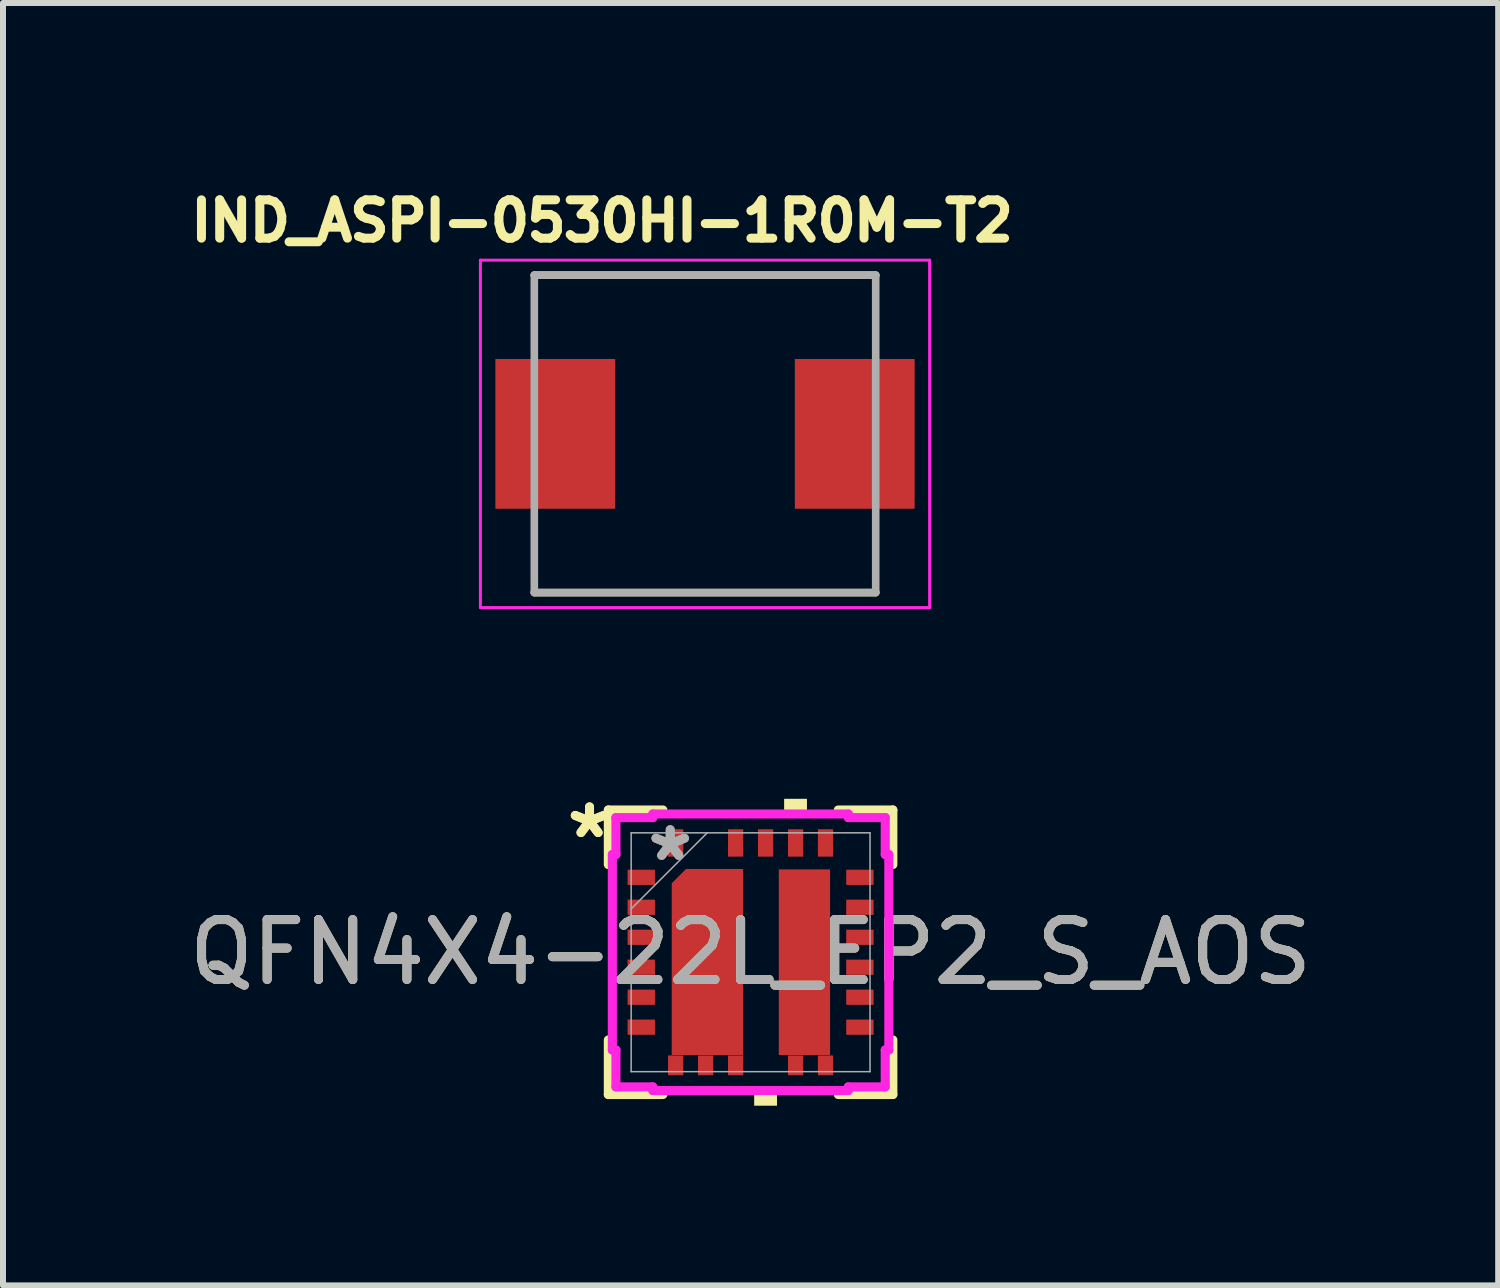
<source format=kicad_pcb>
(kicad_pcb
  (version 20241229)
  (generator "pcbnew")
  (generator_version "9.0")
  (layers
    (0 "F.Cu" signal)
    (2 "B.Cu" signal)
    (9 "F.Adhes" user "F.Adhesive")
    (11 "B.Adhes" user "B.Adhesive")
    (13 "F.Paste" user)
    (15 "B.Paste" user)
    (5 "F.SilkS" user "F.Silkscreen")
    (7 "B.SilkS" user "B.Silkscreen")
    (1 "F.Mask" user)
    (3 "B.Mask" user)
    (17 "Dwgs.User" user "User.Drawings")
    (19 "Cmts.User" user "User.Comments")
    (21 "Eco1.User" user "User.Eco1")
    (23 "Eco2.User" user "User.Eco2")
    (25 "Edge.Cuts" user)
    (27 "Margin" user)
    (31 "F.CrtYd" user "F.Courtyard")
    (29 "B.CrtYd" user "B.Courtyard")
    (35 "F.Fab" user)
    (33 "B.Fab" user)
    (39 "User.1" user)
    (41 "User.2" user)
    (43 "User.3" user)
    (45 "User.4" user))
  (footprint "IND_ASPI-0530HI-1R0M-T2"
    (layer "F.Cu")
    (at 8.721 4.194)
    (property "Reference" "IND_ASPI-0530HI-1R0M-T2" (at -1.718 -3.556 0) (layer "F.SilkS") (effects (font (size 0.64 0.64) (thickness 0.15))))
    (attr smd)
    (fp_line (start -2.85 -2.65) (end 2.85 -2.65) (stroke (width 0.127) (type solid)) (layer "F.SilkS"))
    (fp_line (start -2.85 2.65) (end 2.85 2.65) (stroke (width 0.127) (type solid)) (layer "F.SilkS"))
    (fp_line (start -3.75 -2.9) (end -3.75 2.9) (stroke (width 0.05) (type solid)) (layer "F.CrtYd"))
    (fp_line (start -3.75 2.9) (end 3.75 2.9) (stroke (width 0.05) (type solid)) (layer "F.CrtYd"))
    (fp_line (start 3.75 -2.9) (end -3.75 -2.9) (stroke (width 0.05) (type solid)) (layer "F.CrtYd"))
    (fp_line (start 3.75 2.9) (end 3.75 -2.9) (stroke (width 0.05) (type solid)) (layer "F.CrtYd"))
    (fp_line (start -2.85 -2.65) (end -2.85 2.65) (stroke (width 0.127) (type solid)) (layer "F.Fab"))
    (fp_line (start -2.85 -2.65) (end 2.85 -2.65) (stroke (width 0.127) (type solid)) (layer "F.Fab"))
    (fp_line (start -2.85 2.65) (end 2.85 2.65) (stroke (width 0.127) (type solid)) (layer "F.Fab"))
    (fp_line (start 2.85 -2.65) (end 2.85 2.65) (stroke (width 0.127) (type solid)) (layer "F.Fab"))
    (pad "1" smd rect (at -2.5 0) (size 2 2.5) (layers "F.Cu" "F.Mask" "F.Paste"))
    (pad "2" smd rect (at 2.5 0) (size 2 2.5) (layers "F.Cu" "F.Mask" "F.Paste")))
  (footprint "QFN4X4-22L_EP2_S_AOS"
    (layer "F.Cu")
    (at 9.482 12.849)
    (property "Reference" "QFN4X4-22L_EP2_S_AOS" (at 0 0 0) (unlocked yes) (layer "F.SilkS") (effects (font (size 1 1) (thickness 0.15))))
    (attr smd)
    (fp_poly (pts (xy 0.471 1.716) (xy 0.624 1.716) (xy 0.624 2.054) (xy 0.878 2.054) (xy 0.878 1.716) (xy 1.124 1.716) (xy 1.124 2.054) (xy 1.378 2.054) (xy 1.378 1.716) (xy 1.327 1.716) (xy 1.327 -1.383) (xy 0.471 -1.383)) (stroke (width 0) (type solid)) (fill yes) (layer "F.Mask"))
    (fp_poly (pts (xy -1.378 2.054) (xy -1.378 1.716) (xy -1.317 1.716) (xy -1.317 -1.079) (xy -1.079 -1.383) (xy -0.123 -1.383) (xy -0.123 2.054) (xy -0.377 2.054) (xy -0.377 1.716) (xy -0.624 1.716) (xy -0.624 2.054) (xy -0.878 2.054) (xy -0.878 1.716) (xy -1.124 1.716) (xy -1.124 2.054)) (stroke (width 0) (type solid)) (fill yes) (layer "F.Mask"))
    (fp_line (start -2.375 -2.375) (end -2.375 -1.464) (stroke (width 0.152) (type solid)) (layer "F.SilkS"))
    (fp_line (start -2.375 1.464) (end -2.375 2.375) (stroke (width 0.152) (type solid)) (layer "F.SilkS"))
    (fp_line (start -2.375 2.375) (end -1.464 2.375) (stroke (width 0.152) (type solid)) (layer "F.SilkS"))
    (fp_line (start -1.464 -2.375) (end -2.375 -2.375) (stroke (width 0.152) (type solid)) (layer "F.SilkS"))
    (fp_line (start 1.464 2.375) (end 2.375 2.375) (stroke (width 0.152) (type solid)) (layer "F.SilkS"))
    (fp_line (start 2.375 -2.375) (end 1.464 -2.375) (stroke (width 0.152) (type solid)) (layer "F.SilkS"))
    (fp_line (start 2.375 -1.464) (end 2.375 -2.375) (stroke (width 0.152) (type solid)) (layer "F.SilkS"))
    (fp_line (start 2.375 2.375) (end 2.375 1.464) (stroke (width 0.152) (type solid)) (layer "F.SilkS"))
    (fp_poly (pts (xy 0.06 2.308) (xy 0.06 2.562) (xy 0.441 2.562) (xy 0.441 2.308)) (stroke (width 0) (type solid)) (fill yes) (layer "F.SilkS"))
    (fp_poly (pts (xy 0.56 -2.308) (xy 0.56 -2.562) (xy 0.941 -2.562) (xy 0.941 -2.308)) (stroke (width 0) (type solid)) (fill yes) (layer "F.SilkS"))
    (fp_poly (pts (xy 0.471 1.716) (xy 0.624 1.716) (xy 0.624 2.054) (xy 0.878 2.054) (xy 0.878 1.716) (xy 1.124 1.716) (xy 1.124 2.054) (xy 1.378 2.054) (xy 1.378 1.716) (xy 1.327 1.716) (xy 1.327 -1.383) (xy 0.471 -1.383)) (stroke (width 0) (type solid)) (fill yes) (layer "F.Paste"))
    (fp_poly (pts (xy -1.378 2.054) (xy -1.378 1.716) (xy -1.317 1.716) (xy -1.317 -1.079) (xy -1.079 -1.383) (xy -0.123 -1.383) (xy -0.123 2.054) (xy -0.377 2.054) (xy -0.377 1.716) (xy -0.624 1.716) (xy -0.624 2.054) (xy -0.878 2.054) (xy -0.878 1.716) (xy -1.124 1.716) (xy -1.124 2.054)) (stroke (width 0) (type solid)) (fill yes) (layer "F.Paste"))
    (fp_line (start -2.308 -1.632) (end -2.248 -1.632) (stroke (width 0.152) (type solid)) (layer "F.CrtYd"))
    (fp_line (start -2.308 1.632) (end -2.308 -1.632) (stroke (width 0.152) (type solid)) (layer "F.CrtYd"))
    (fp_line (start -2.248 -2.248) (end -1.632 -2.248) (stroke (width 0.152) (type solid)) (layer "F.CrtYd"))
    (fp_line (start -2.248 -1.632) (end -2.248 -2.248) (stroke (width 0.152) (type solid)) (layer "F.CrtYd"))
    (fp_line (start -2.248 1.632) (end -2.308 1.632) (stroke (width 0.152) (type solid)) (layer "F.CrtYd"))
    (fp_line (start -2.248 2.248) (end -2.248 1.632) (stroke (width 0.152) (type solid)) (layer "F.CrtYd"))
    (fp_line (start -1.632 -2.308) (end 1.632 -2.308) (stroke (width 0.152) (type solid)) (layer "F.CrtYd"))
    (fp_line (start -1.632 -2.248) (end -1.632 -2.308) (stroke (width 0.152) (type solid)) (layer "F.CrtYd"))
    (fp_line (start -1.632 2.248) (end -2.248 2.248) (stroke (width 0.152) (type solid)) (layer "F.CrtYd"))
    (fp_line (start -1.632 2.308) (end -1.632 2.248) (stroke (width 0.152) (type solid)) (layer "F.CrtYd"))
    (fp_line (start 1.632 -2.308) (end 1.632 -2.248) (stroke (width 0.152) (type solid)) (layer "F.CrtYd"))
    (fp_line (start 1.632 -2.248) (end 2.248 -2.248) (stroke (width 0.152) (type solid)) (layer "F.CrtYd"))
    (fp_line (start 1.632 2.248) (end 1.632 2.308) (stroke (width 0.152) (type solid)) (layer "F.CrtYd"))
    (fp_line (start 1.632 2.308) (end -1.632 2.308) (stroke (width 0.152) (type solid)) (layer "F.CrtYd"))
    (fp_line (start 2.248 -2.248) (end 2.248 -1.632) (stroke (width 0.152) (type solid)) (layer "F.CrtYd"))
    (fp_line (start 2.248 -1.632) (end 2.308 -1.632) (stroke (width 0.152) (type solid)) (layer "F.CrtYd"))
    (fp_line (start 2.248 1.632) (end 2.248 2.248) (stroke (width 0.152) (type solid)) (layer "F.CrtYd"))
    (fp_line (start 2.248 2.248) (end 1.632 2.248) (stroke (width 0.152) (type solid)) (layer "F.CrtYd"))
    (fp_line (start 2.308 -1.632) (end 2.308 1.632) (stroke (width 0.152) (type solid)) (layer "F.CrtYd"))
    (fp_line (start 2.308 1.632) (end 2.248 1.632) (stroke (width 0.152) (type solid)) (layer "F.CrtYd"))
    (fp_line (start -1.994 -1.994) (end -1.994 1.994) (stroke (width 0.025) (type solid)) (layer "F.Fab"))
    (fp_line (start -1.994 -0.724) (end -0.724 -1.994) (stroke (width 0.025) (type solid)) (layer "F.Fab"))
    (fp_line (start -1.994 1.994) (end 1.994 1.994) (stroke (width 0.025) (type solid)) (layer "F.Fab"))
    (fp_line (start 1.994 -1.994) (end -1.994 -1.994) (stroke (width 0.025) (type solid)) (layer "F.Fab"))
    (fp_line (start 1.994 1.994) (end 1.994 -1.994) (stroke (width 0.025) (type solid)) (layer "F.Fab"))
    (fp_text user "*" (at -2.689 -1.882 0) (unlocked yes) (layer "F.SilkS") (effects (font (size 1 1) (thickness 0.15))))
    (fp_text user "*" (at -2.689 -1.882 0) (layer "F.SilkS") (effects (font (size 1 1) (thickness 0.15))))
    (fp_text user "${REFERENCE}" (at 0 0 0) (unlocked yes) (layer "F.Fab") (effects (font (size 1 1) (thickness 0.15))))
    (fp_text user "*" (at -1.342 -1.501 0) (unlocked yes) (layer "F.Fab") (effects (font (size 1 1) (thickness 0.15))))
    (fp_text user "*" (at -1.342 -1.501 0) (layer "F.Fab") (effects (font (size 1 1) (thickness 0.15))))
    (pad "1" smd rect (at -1.825 -1.251 90) (size 0.254 0.457) (layers "F.Cu" "F.Mask" "F.Paste"))
    (pad "2" smd rect (at -1.825 -0.751 90) (size 0.254 0.457) (layers "F.Cu" "F.Mask" "F.Paste"))
    (pad "3" smd rect (at -1.825 -0.25 90) (size 0.254 0.457) (layers "F.Cu" "F.Mask" "F.Paste"))
    (pad "4" smd rect (at -1.825 0.25 90) (size 0.254 0.457) (layers "F.Cu" "F.Mask" "F.Paste"))
    (pad "5" smd rect (at -1.825 0.751 90) (size 0.254 0.457) (layers "F.Cu" "F.Mask" "F.Paste"))
    (pad "6" smd rect (at -1.825 1.251 90) (size 0.254 0.457) (layers "F.Cu" "F.Mask" "F.Paste"))
    (pad "7" smd rect (at -1.251 1.888) (size 0.254 0.33) (layers "F.Cu" "F.Mask" "F.Paste"))
    (pad "8" smd rect (at -0.751 1.888) (size 0.254 0.33) (layers "F.Cu" "F.Mask" "F.Paste"))
    (pad "9" smd rect (at -0.25 1.888) (size 0.254 0.33) (layers "F.Cu" "F.Mask" "F.Paste"))
    (pad "10" smd rect (at 0.751 1.888) (size 0.254 0.33) (layers "F.Cu" "F.Mask" "F.Paste"))
    (pad "11" smd rect (at 1.251 1.888) (size 0.254 0.33) (layers "F.Cu" "F.Mask" "F.Paste"))
    (pad "12" smd rect (at 1.825 1.251 90) (size 0.254 0.457) (layers "F.Cu" "F.Mask" "F.Paste"))
    (pad "13" smd rect (at 1.825 0.751 90) (size 0.254 0.457) (layers "F.Cu" "F.Mask" "F.Paste"))
    (pad "14" smd rect (at 1.825 0.25 90) (size 0.254 0.457) (layers "F.Cu" "F.Mask" "F.Paste"))
    (pad "15" smd rect (at 1.825 -0.25 90) (size 0.254 0.457) (layers "F.Cu" "F.Mask" "F.Paste"))
    (pad "16" smd rect (at 1.825 -0.751 90) (size 0.254 0.457) (layers "F.Cu" "F.Mask" "F.Paste"))
    (pad "17" smd rect (at 1.825 -1.251 90) (size 0.254 0.457) (layers "F.Cu" "F.Mask" "F.Paste"))
    (pad "18" smd rect (at 1.251 -1.825) (size 0.254 0.457) (layers "F.Cu" "F.Mask" "F.Paste"))
    (pad "19" smd rect (at 0.751 -1.825) (size 0.254 0.457) (layers "F.Cu" "F.Mask" "F.Paste"))
    (pad "20" smd rect (at 0.25 -1.825) (size 0.254 0.457) (layers "F.Cu" "F.Mask" "F.Paste"))
    (pad "21" smd rect (at -0.25 -1.825) (size 0.254 0.457) (layers "F.Cu" "F.Mask" "F.Paste"))
    (pad "22" smd rect (at -1.251 -1.825) (size 0.254 0.457) (layers "F.Cu" "F.Mask" "F.Paste"))
    (pad "23" smd rect (at 0.899 0.166) (size 0.856 3.099) (layers "F.Cu" "F.Mask" "F.Paste"))
    (pad "24" smd roundrect (at -0.721 0.163) (size 1.192 3.106) (layers "F.Cu" "F.Mask" "F.Paste") (roundrect_rratio 0) (chamfer_ratio 0.2) (chamfer top_left)))
  (gr_rect
    (start -3 -3)
    (end 21.964 18.411)
    (stroke (width 0.1) (type default))
    (fill no)
    (layer "Edge.Cuts")))
</source>
